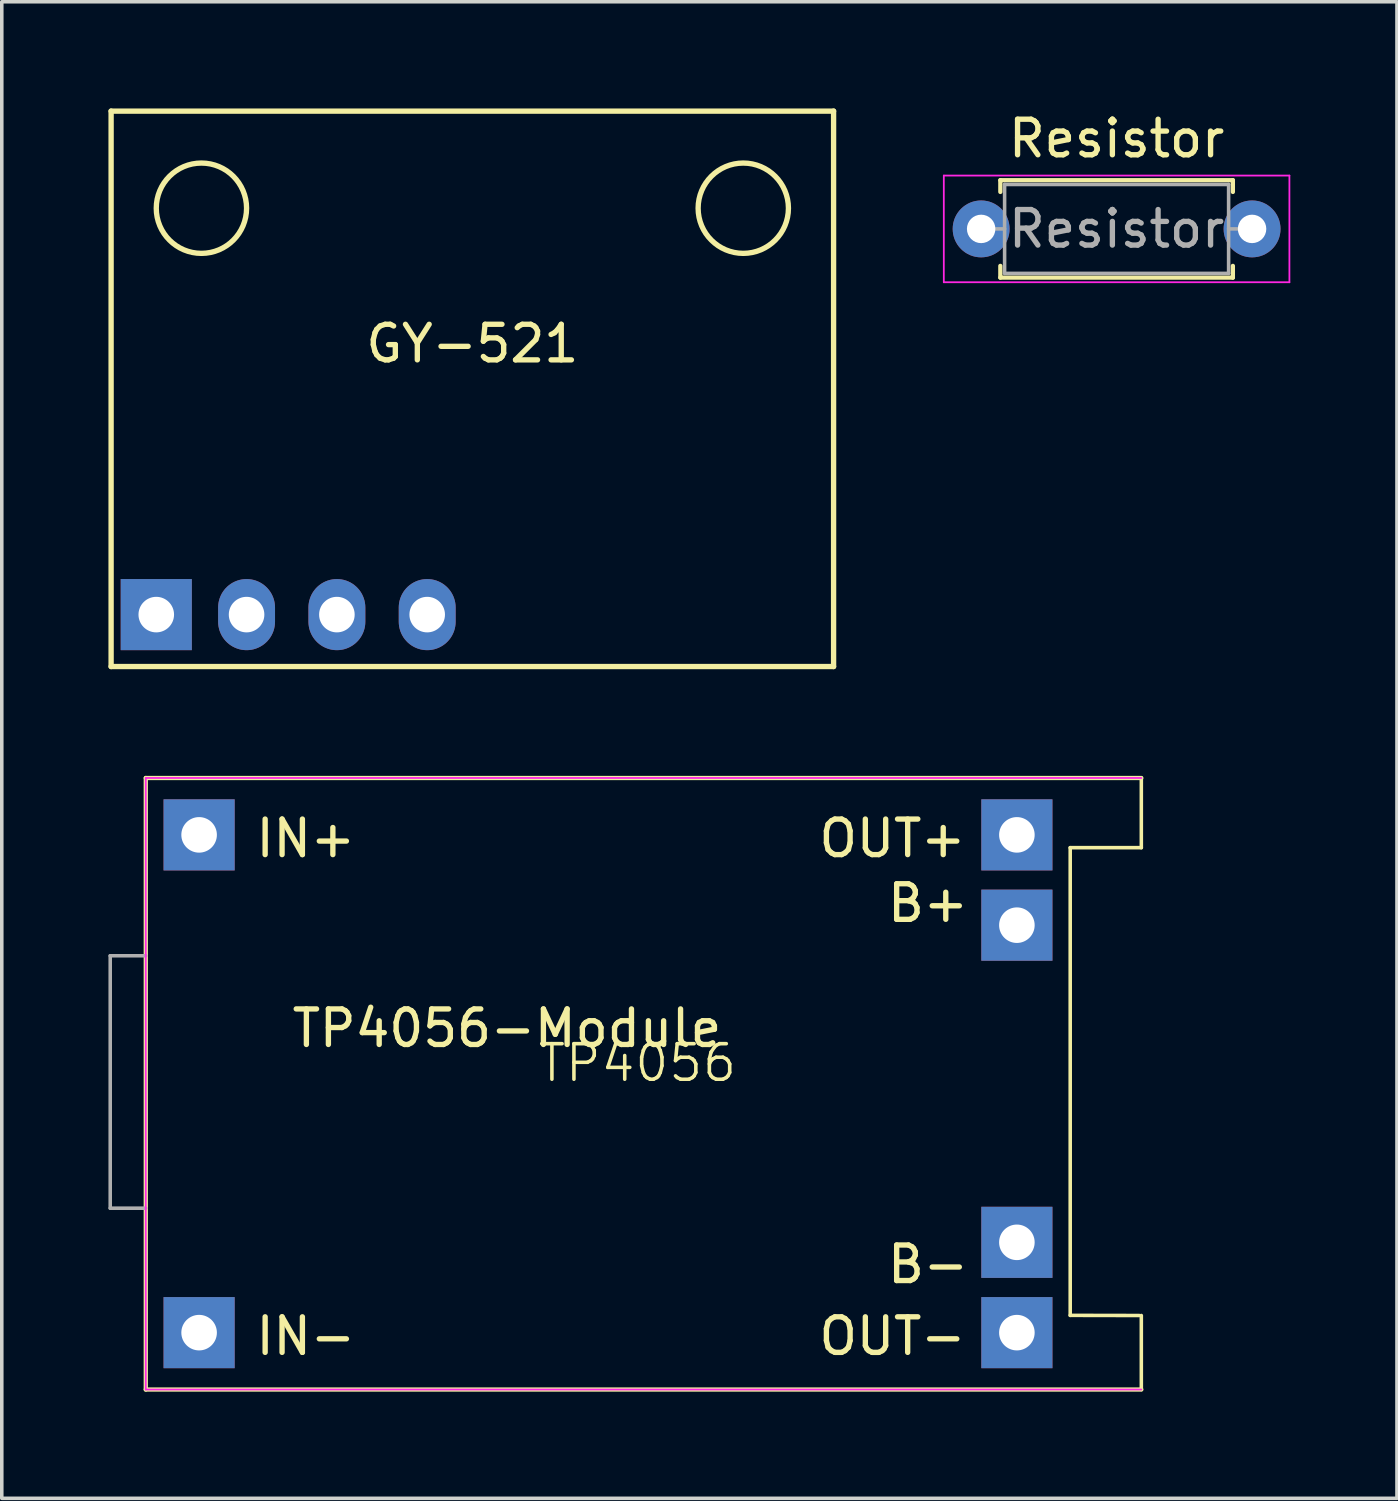
<source format=kicad_pcb>
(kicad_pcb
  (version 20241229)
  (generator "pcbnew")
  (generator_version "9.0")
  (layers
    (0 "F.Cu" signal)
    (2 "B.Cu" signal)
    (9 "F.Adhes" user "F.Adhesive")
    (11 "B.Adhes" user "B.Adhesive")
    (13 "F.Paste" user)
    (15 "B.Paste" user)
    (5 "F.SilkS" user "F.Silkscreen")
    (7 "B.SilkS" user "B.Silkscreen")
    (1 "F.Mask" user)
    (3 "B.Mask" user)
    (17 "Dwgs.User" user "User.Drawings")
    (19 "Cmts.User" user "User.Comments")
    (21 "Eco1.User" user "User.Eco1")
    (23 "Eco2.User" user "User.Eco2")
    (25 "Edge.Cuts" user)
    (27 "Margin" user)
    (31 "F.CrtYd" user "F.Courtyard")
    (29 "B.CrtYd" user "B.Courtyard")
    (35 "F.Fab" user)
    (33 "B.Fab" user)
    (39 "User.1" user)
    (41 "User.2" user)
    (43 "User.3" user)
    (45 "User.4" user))
  (footprint "TP4056-Module"
    (layer "F.Cu")
    (at 15.201 27.431)
    (property "Reference" "TP4056-Module" (at -3.991 -1.56 0) (unlocked yes) (layer "F.SilkS") (effects (font (size 1 1) (thickness 0.15))))
    (attr through_hole)
    (fp_line (start -14.151 -8.6) (end -14.151 8.6) (stroke (width 0.12) (type solid)) (layer "F.SilkS"))
    (fp_line (start -14.151 -8.6) (end 13.849 -8.6) (stroke (width 0.12) (type solid)) (layer "F.SilkS"))
    (fp_line (start -14.151 8.6) (end 13.849 8.6) (stroke (width 0.12) (type solid)) (layer "F.SilkS"))
    (fp_line (start 11.849 -6.64) (end 11.849 6.514) (stroke (width 0.1) (type default)) (layer "F.SilkS"))
    (fp_line (start 11.849 6.514) (end 13.789 6.518) (stroke (width 0.1) (type default)) (layer "F.SilkS"))
    (fp_line (start 13.849 -8.6) (end 13.849 -6.64) (stroke (width 0.1) (type default)) (layer "F.SilkS"))
    (fp_line (start 13.849 -6.64) (end 11.849 -6.64) (stroke (width 0.1) (type default)) (layer "F.SilkS"))
    (fp_line (start 13.849 8.6) (end 13.849 6.518) (stroke (width 0.1) (type default)) (layer "F.SilkS"))
    (fp_line (start -14.151 -8.6) (end 13.849 -8.6) (stroke (width 0.05) (type solid)) (layer "F.CrtYd"))
    (fp_line (start -14.151 8.6) (end -14.151 -8.6) (stroke (width 0.05) (type solid)) (layer "F.CrtYd"))
    (fp_line (start 13.849 8.6) (end -14.151 8.6) (stroke (width 0.05) (type solid)) (layer "F.CrtYd"))
    (fp_line (start -15.151 -3.6) (end -15.151 3.5) (stroke (width 0.1) (type solid)) (layer "F.Fab"))
    (fp_line (start -15.151 3.5) (end -14.151 3.5) (stroke (width 0.1) (type solid)) (layer "F.Fab"))
    (fp_line (start -14.151 -3.6) (end -15.151 -3.6) (stroke (width 0.1) (type solid)) (layer "F.Fab"))
    (fp_text user "B+" (at 7.849 -5.08 0) (unlocked yes) (layer "F.SilkS") (effects (font (size 1 1) (thickness 0.15))))
    (fp_text user "OUT-" (at 6.849 7.1 0) (unlocked yes) (layer "F.SilkS") (effects (font (size 1 1) (thickness 0.15))))
    (fp_text user "TP4056" (at -3.175 0 0) (unlocked yes) (layer "F.SilkS") (effects (font (size 1 1) (thickness 0.1)) (justify left bottom)))
    (fp_text user "IN-" (at -9.651 7.1 0) (unlocked yes) (layer "F.SilkS") (effects (font (size 1 1) (thickness 0.15))))
    (fp_text user "B-" (at 7.849 5.08 0) (unlocked yes) (layer "F.SilkS") (effects (font (size 1 1) (thickness 0.15))))
    (fp_text user "OUT+" (at 6.849 -6.9 0) (unlocked yes) (layer "F.SilkS") (effects (font (size 1 1) (thickness 0.15))))
    (fp_text user "IN+" (at -9.651 -6.9 0) (unlocked yes) (layer "F.SilkS") (effects (font (size 1 1) (thickness 0.15))))
    (pad "1" thru_hole rect (at -12.651 -7) (size 2 2) (drill 1) (layers "*.Cu" "*.Mask"))
    (pad "2" thru_hole rect (at -12.651 7) (size 2 2) (drill 1) (layers "*.Cu" "*.Mask"))
    (pad "3" thru_hole rect (at 10.349 -7) (size 2 2) (drill 1) (layers "*.Cu" "*.Mask"))
    (pad "4" thru_hole rect (at 10.349 7) (size 2 2) (drill 1) (layers "*.Cu" "*.Mask"))
    (pad "5" thru_hole rect (at 10.349 -4.46) (size 2 2) (drill 1) (layers "*.Cu" "*.Mask"))
    (pad "6" thru_hole rect (at 10.349 4.46) (size 2 2) (drill 1) (layers "*.Cu" "*.Mask")))
  (footprint "GY-521"
    (layer "F.Cu")
    (at 10.235 7.886)
    (property "Reference" "GY-521" (at 0 -1.27 0) (layer "F.SilkS") (effects (font (size 1 1) (thickness 0.15))))
    (fp_line (start -10.16 -7.811) (end 10.16 -7.811) (stroke (width 0.15) (type solid)) (layer "F.SilkS"))
    (fp_line (start -10.16 7.811) (end -10.16 -7.811) (stroke (width 0.15) (type solid)) (layer "F.SilkS"))
    (fp_line (start 10.16 -7.811) (end 10.16 7.811) (stroke (width 0.15) (type solid)) (layer "F.SilkS"))
    (fp_line (start 10.16 7.811) (end -10.16 7.811) (stroke (width 0.15) (type solid)) (layer "F.SilkS"))
    (fp_circle (center -7.62 -5.08) (end -6.35 -5.08) (stroke (width 0.15) (type solid)) (fill no) (layer "F.SilkS"))
    (fp_circle (center 7.62 -5.08) (end 8.89 -5.08) (stroke (width 0.15) (type solid)) (fill no) (layer "F.SilkS"))
    (pad "1" thru_hole rect (at -8.89 6.35) (size 2 2) (drill 1) (layers "*.Cu" "*.Mask"))
    (pad "2" thru_hole oval (at -6.35 6.35) (size 1.6 2) (drill 1) (layers "*.Cu" "*.Mask"))
    (pad "3" thru_hole oval (at -3.81 6.35) (size 1.6 2) (drill 1) (layers "*.Cu" "*.Mask"))
    (pad "4" thru_hole oval (at -1.27 6.35) (size 1.6 2) (drill 1) (layers "*.Cu" "*.Mask")))
  (footprint "Resistor"
    (layer "F.Cu")
    (at 24.545 3.388)
    (property "Reference" "Resistor" (at 3.81 -2.54 0) (layer "F.SilkS") (effects (font (size 1 1) (thickness 0.15))))
    (attr through_hole)
    (fp_line (start 0.54 -1.37) (end 7.08 -1.37) (stroke (width 0.12) (type solid)) (layer "F.SilkS"))
    (fp_line (start 0.54 -1.04) (end 0.54 -1.37) (stroke (width 0.12) (type solid)) (layer "F.SilkS"))
    (fp_line (start 0.54 1.04) (end 0.54 1.37) (stroke (width 0.12) (type solid)) (layer "F.SilkS"))
    (fp_line (start 0.54 1.37) (end 7.08 1.37) (stroke (width 0.12) (type solid)) (layer "F.SilkS"))
    (fp_line (start 7.08 -1.37) (end 7.08 -1.04) (stroke (width 0.12) (type solid)) (layer "F.SilkS"))
    (fp_line (start 7.08 1.37) (end 7.08 1.04) (stroke (width 0.12) (type solid)) (layer "F.SilkS"))
    (fp_line (start -1.05 -1.5) (end -1.05 1.5) (stroke (width 0.05) (type solid)) (layer "F.CrtYd"))
    (fp_line (start -1.05 1.5) (end 8.67 1.5) (stroke (width 0.05) (type solid)) (layer "F.CrtYd"))
    (fp_line (start 8.67 -1.5) (end -1.05 -1.5) (stroke (width 0.05) (type solid)) (layer "F.CrtYd"))
    (fp_line (start 8.67 1.5) (end 8.67 -1.5) (stroke (width 0.05) (type solid)) (layer "F.CrtYd"))
    (fp_line (start 0 0) (end 0.66 0) (stroke (width 0.1) (type solid)) (layer "F.Fab"))
    (fp_line (start 0.66 -1.25) (end 0.66 1.25) (stroke (width 0.1) (type solid)) (layer "F.Fab"))
    (fp_line (start 0.66 1.25) (end 6.96 1.25) (stroke (width 0.1) (type solid)) (layer "F.Fab"))
    (fp_line (start 6.96 -1.25) (end 0.66 -1.25) (stroke (width 0.1) (type solid)) (layer "F.Fab"))
    (fp_line (start 6.96 1.25) (end 6.96 -1.25) (stroke (width 0.1) (type solid)) (layer "F.Fab"))
    (fp_line (start 7.62 0) (end 6.96 0) (stroke (width 0.1) (type solid)) (layer "F.Fab"))
    (fp_text user "${REFERENCE}" (at 3.81 0 0) (layer "F.Fab") (effects (font (size 1 1) (thickness 0.15))))
    (pad "1" thru_hole circle (at 0 0) (size 1.6 1.6) (drill 0.8) (layers "*.Cu" "*.Mask"))
    (pad "2" thru_hole oval (at 7.62 0) (size 1.6 1.6) (drill 0.8) (layers "*.Cu" "*.Mask")))
  (gr_rect
    (start -3 -3)
    (end 36.24 39.091)
    (stroke (width 0.1) (type default))
    (fill no)
    (layer "Edge.Cuts")))
</source>
